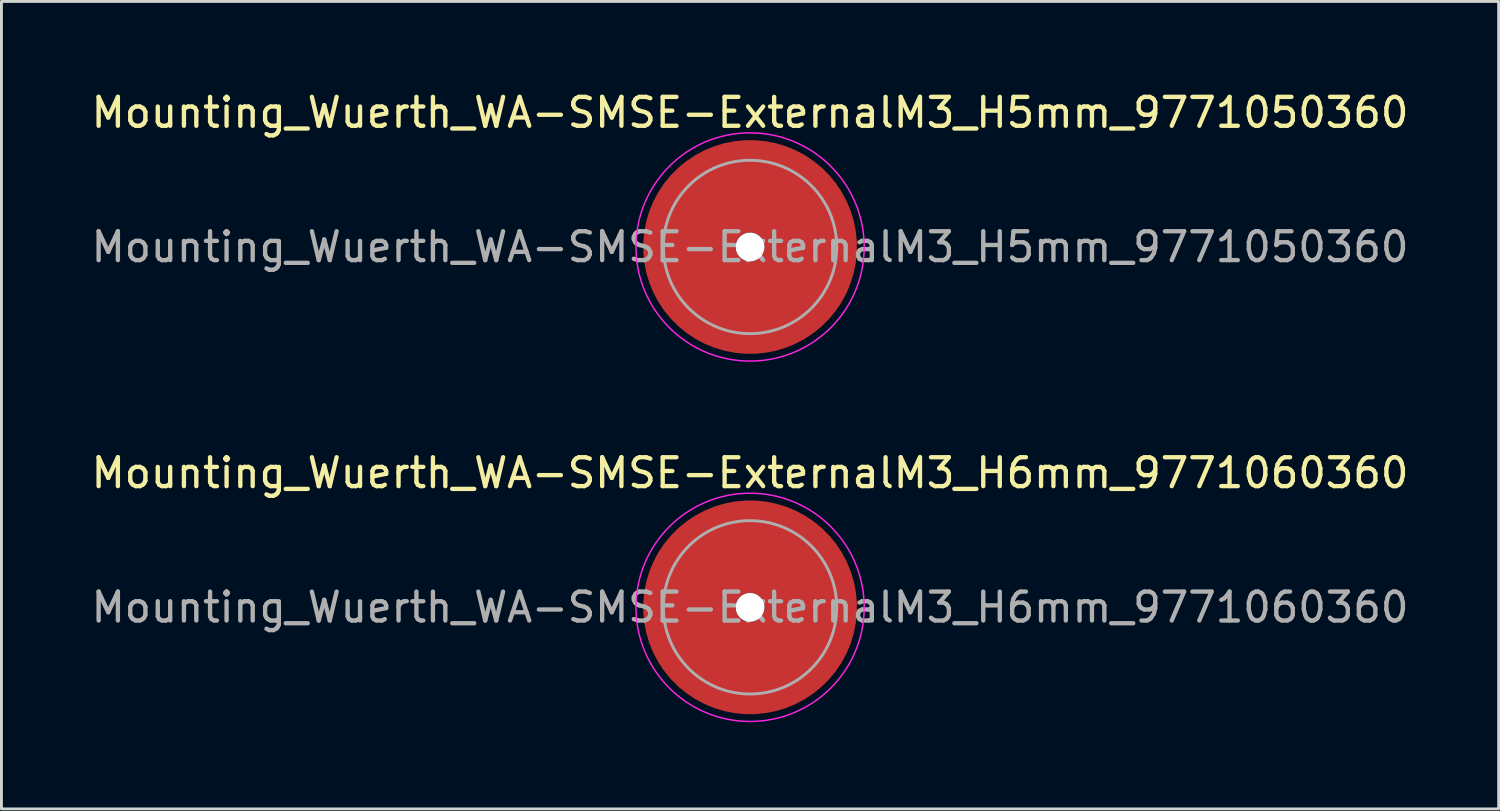
<source format=kicad_pcb>
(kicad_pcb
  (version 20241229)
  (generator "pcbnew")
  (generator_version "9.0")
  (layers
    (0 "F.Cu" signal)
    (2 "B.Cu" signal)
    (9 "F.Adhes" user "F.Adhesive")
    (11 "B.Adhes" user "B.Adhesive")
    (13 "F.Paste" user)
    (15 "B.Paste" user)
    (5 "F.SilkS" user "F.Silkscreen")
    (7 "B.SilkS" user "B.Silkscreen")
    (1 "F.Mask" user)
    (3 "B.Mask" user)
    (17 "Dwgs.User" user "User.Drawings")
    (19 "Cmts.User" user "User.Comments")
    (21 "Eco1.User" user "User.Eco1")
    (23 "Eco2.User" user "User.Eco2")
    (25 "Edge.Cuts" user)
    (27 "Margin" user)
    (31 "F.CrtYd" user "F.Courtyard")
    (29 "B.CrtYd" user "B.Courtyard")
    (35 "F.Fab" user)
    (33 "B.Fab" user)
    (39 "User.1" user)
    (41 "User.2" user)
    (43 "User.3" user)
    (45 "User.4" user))
  (footprint "Mounting_Wuerth_WA-SMSE-ExternalM3_H6mm_9771060360"
    (layer "F.Cu")
    (at 22.911 17.971)
    (property "Reference" "Mounting_Wuerth_WA-SMSE-ExternalM3_H6mm_9771060360" (at 0 -4.65 0) (layer "F.SilkS") (effects (font (size 1 1) (thickness 0.15))))
    (attr smd allow_soldermask_bridges)
    (fp_circle (center 0 0) (end 3.95 0) (stroke (width 0.05) (type solid)) (fill no) (layer "F.CrtYd"))
    (fp_circle (center 0 0) (end 3 0) (stroke (width 0.1) (type solid)) (fill no) (layer "F.Fab"))
    (fp_text user "${REFERENCE}" (at 0 0 0) (layer "F.Fab") (effects (font (size 1 1) (thickness 0.15))))
    (pad "" smd custom (at 0 -2.1) (size 1.5 1.5) (layers "F.Paste") (options (anchor circle)) (primitives (gr_arc (start -0.305123 1.47) (mid 0.371762 1.506879) (end 0.7 2.1) (width 0.2)) (gr_arc (start -0.493052 1.47) (mid 0.350399 1.380819) (end 0.8 2.1) (width 0.2)) (gr_arc (start -0.642729 1.47) (mid 0.340253 1.266797) (end 0.9 2.1) (width 0.2)) (gr_arc (start -0.776595 1.47) (mid 0.334219 1.157505) (end 1 2.1) (width 0.2)) (gr_arc (start -0.901721 1.47) (mid 0.330233 1.05074) (end 1.1 2.1) (width 0.2)) (gr_arc (start -1.021323 1.47) (mid 0.327424 0.945533) (end 1.2 2.1) (width 0.2)) (gr_arc (start -1.137146 1.47) (mid 0.325354 0.841372) (end 1.3 2.1) (width 0.2)) (gr_arc (start -1.25024 1.47) (mid 0.323778 0.737954) (end 1.4 2.1) (width 0.2)) (gr_arc (start -1.361286 1.47) (mid 0.322545 0.635089) (end 1.5 2.1) (width 0.2)) (gr_arc (start -1.470748 1.47) (mid 0.321561 0.532646) (end 1.6 2.1) (width 0.2)) (gr_arc (start -1.578955 1.47) (mid 0.320762 0.430535) (end 1.7 2.1) (width 0.2)) (gr_arc (start -1.686149 1.47) (mid 0.320102 0.328691) (end 1.8 2.1) (width 0.2)) (gr_arc (start -1.792512 1.47) (mid 0.319552 0.227065) (end 1.9 2.1) (width 0.2)) (gr_arc (start -1.898183 1.47) (mid 0.319087 0.125618) (end 2 2.1) (width 0.2)) (gr_arc (start -2.003272 1.47) (mid 0.318691 0.024323) (end 2.1 2.1) (width 0.2)) (gr_arc (start -2.107866 1.47) (mid 0.318351 -0.076845) (end 2.2 2.1) (width 0.2)) (gr_arc (start -2.212035 1.47) (mid 0.318056 -0.177903) (end 2.3 2.1) (width 0.2)) (gr_arc (start -2.315837 1.47) (mid 0.317798 -0.278866) (end 2.4 2.1) (width 0.2)) (gr_arc (start -2.419318 1.47) (mid 0.317573 -0.379747) (end 2.5 2.1) (width 0.2)) (gr_arc (start -2.522519 1.47) (mid 0.317373 -0.480557) (end 2.6 2.1) (width 0.2)) (gr_arc (start -2.625471 1.47) (mid 0.317197 -0.581303) (end 2.7 2.1) (width 0.2)) (gr_arc (start -2.728205 1.47) (mid 0.317039 -0.681993) (end 2.8 2.1) (width 0.2)) (gr_arc (start -2.830742 1.47) (mid 0.316898 -0.782633) (end 2.9 2.1) (width 0.2)) (gr_arc (start -2.933104 1.47) (mid 0.316771 -0.883229) (end 3 2.1) (width 0.2)) (gr_arc (start -3.035309 1.47) (mid 0.316656 -0.983785) (end 3.1 2.1) (width 0.2)) (gr_arc (start -3.137372 1.47) (mid 0.316553 -1.084304) (end 3.2 2.1) (width 0.2)) (gr_arc (start -3.239305 1.47) (mid 0.316458 -1.184791) (end 3.3 2.1) (width 0.2)) (gr_arc (start -3.341123 1.47) (mid 0.316373 -1.285249) (end 3.4 2.1) (width 0.2)) (gr_arc (start -3.442833 1.47) (mid 0.316294 -1.385679) (end 3.5 2.1) (width 0.2)) (gr_line (start 0.7 2.1) (end 3.5 2.1) (width 0.2)) (gr_line (start -0.305 1.47) (end -3.443 1.47) (width 0.2))))
    (pad "" np_thru_hole circle (at 0 0) (size 1 1) (drill 1) (layers "*.Cu" "*.Mask"))
    (pad "" smd custom (at 0 2.1) (size 1.5 1.5) (layers "F.Paste") (options (anchor circle)) (primitives (gr_arc (start 0.305123 -1.47) (mid -0.371762 -1.506879) (end -0.7 -2.1) (width 0.2)) (gr_arc (start 0.493052 -1.47) (mid -0.350399 -1.380819) (end -0.8 -2.1) (width 0.2)) (gr_arc (start 0.642729 -1.47) (mid -0.340253 -1.266797) (end -0.9 -2.1) (width 0.2)) (gr_arc (start 0.776595 -1.47) (mid -0.334219 -1.157505) (end -1 -2.1) (width 0.2)) (gr_arc (start 0.901721 -1.47) (mid -0.330233 -1.05074) (end -1.1 -2.1) (width 0.2)) (gr_arc (start 1.021323 -1.47) (mid -0.327424 -0.945533) (end -1.2 -2.1) (width 0.2)) (gr_arc (start 1.137146 -1.47) (mid -0.325354 -0.841372) (end -1.3 -2.1) (width 0.2)) (gr_arc (start 1.25024 -1.47) (mid -0.323778 -0.737954) (end -1.4 -2.1) (width 0.2)) (gr_arc (start 1.361286 -1.47) (mid -0.322545 -0.635089) (end -1.5 -2.1) (width 0.2)) (gr_arc (start 1.470748 -1.47) (mid -0.321561 -0.532646) (end -1.6 -2.1) (width 0.2)) (gr_arc (start 1.578955 -1.47) (mid -0.320762 -0.430535) (end -1.7 -2.1) (width 0.2)) (gr_arc (start 1.686149 -1.47) (mid -0.320102 -0.328691) (end -1.8 -2.1) (width 0.2)) (gr_arc (start 1.792512 -1.47) (mid -0.319552 -0.227065) (end -1.9 -2.1) (width 0.2)) (gr_arc (start 1.898183 -1.47) (mid -0.319087 -0.125618) (end -2 -2.1) (width 0.2)) (gr_arc (start 2.003272 -1.47) (mid -0.318691 -0.024323) (end -2.1 -2.1) (width 0.2)) (gr_arc (start 2.107866 -1.47) (mid -0.318351 0.076845) (end -2.2 -2.1) (width 0.2)) (gr_arc (start 2.212035 -1.47) (mid -0.318056 0.177903) (end -2.3 -2.1) (width 0.2)) (gr_arc (start 2.315837 -1.47) (mid -0.317798 0.278866) (end -2.4 -2.1) (width 0.2)) (gr_arc (start 2.419318 -1.47) (mid -0.317573 0.379747) (end -2.5 -2.1) (width 0.2)) (gr_arc (start 2.522519 -1.47) (mid -0.317373 0.480557) (end -2.6 -2.1) (width 0.2)) (gr_arc (start 2.625471 -1.47) (mid -0.317197 0.581303) (end -2.7 -2.1) (width 0.2)) (gr_arc (start 2.728205 -1.47) (mid -0.317039 0.681993) (end -2.8 -2.1) (width 0.2)) (gr_arc (start 2.830742 -1.47) (mid -0.316898 0.782633) (end -2.9 -2.1) (width 0.2)) (gr_arc (start 2.933104 -1.47) (mid -0.316771 0.883229) (end -3 -2.1) (width 0.2)) (gr_arc (start 3.035309 -1.47) (mid -0.316656 0.983785) (end -3.1 -2.1) (width 0.2)) (gr_arc (start 3.137372 -1.47) (mid -0.316553 1.084304) (end -3.2 -2.1) (width 0.2)) (gr_arc (start 3.239305 -1.47) (mid -0.316458 1.184791) (end -3.3 -2.1) (width 0.2)) (gr_arc (start 3.341123 -1.47) (mid -0.316373 1.285249) (end -3.4 -2.1) (width 0.2)) (gr_arc (start 3.442833 -1.47) (mid -0.316294 1.385679) (end -3.5 -2.1) (width 0.2)) (gr_line (start -0.7 -2.1) (end -3.5 -2.1) (width 0.2)) (gr_line (start 0.305 -1.47) (end 3.443 -1.47) (width 0.2))))
    (pad "1" smd circle (at -2.1 0) (size 2.692 2.692) (layers "F.Cu"))
    (pad "1" smd circle (at 0 -2.1) (size 2.692 2.692) (layers "F.Cu"))
    (pad "1" smd circle (at 0 2.1) (size 2.692 2.692) (layers "F.Cu"))
    (pad "1" smd custom (at 2.1 0) (size 3.2 3.2) (layers "F.Cu" "F.Mask") (options (anchor circle)) (primitives (gr_circle (center -2.1 0) (end 0 0) (width 3.2) (fill no)))))
  (footprint "Mounting_Wuerth_WA-SMSE-ExternalM3_H5mm_9771050360"
    (layer "F.Cu")
    (at 22.911 5.498)
    (property "Reference" "Mounting_Wuerth_WA-SMSE-ExternalM3_H5mm_9771050360" (at 0 -4.65 0) (layer "F.SilkS") (effects (font (size 1 1) (thickness 0.15))))
    (attr smd allow_soldermask_bridges)
    (fp_circle (center 0 0) (end 3.95 0) (stroke (width 0.05) (type solid)) (fill no) (layer "F.CrtYd"))
    (fp_circle (center 0 0) (end 3 0) (stroke (width 0.1) (type solid)) (fill no) (layer "F.Fab"))
    (fp_text user "${REFERENCE}" (at 0 0 0) (layer "F.Fab") (effects (font (size 1 1) (thickness 0.15))))
    (pad "" smd custom (at 0 -2.1) (size 1.5 1.5) (layers "F.Paste") (options (anchor circle)) (primitives (gr_arc (start -0.305123 1.47) (mid 0.371762 1.506879) (end 0.7 2.1) (width 0.2)) (gr_arc (start -0.493052 1.47) (mid 0.350399 1.380819) (end 0.8 2.1) (width 0.2)) (gr_arc (start -0.642729 1.47) (mid 0.340253 1.266797) (end 0.9 2.1) (width 0.2)) (gr_arc (start -0.776595 1.47) (mid 0.334219 1.157505) (end 1 2.1) (width 0.2)) (gr_arc (start -0.901721 1.47) (mid 0.330233 1.05074) (end 1.1 2.1) (width 0.2)) (gr_arc (start -1.021323 1.47) (mid 0.327424 0.945533) (end 1.2 2.1) (width 0.2)) (gr_arc (start -1.137146 1.47) (mid 0.325354 0.841372) (end 1.3 2.1) (width 0.2)) (gr_arc (start -1.25024 1.47) (mid 0.323778 0.737954) (end 1.4 2.1) (width 0.2)) (gr_arc (start -1.361286 1.47) (mid 0.322545 0.635089) (end 1.5 2.1) (width 0.2)) (gr_arc (start -1.470748 1.47) (mid 0.321561 0.532646) (end 1.6 2.1) (width 0.2)) (gr_arc (start -1.578955 1.47) (mid 0.320762 0.430535) (end 1.7 2.1) (width 0.2)) (gr_arc (start -1.686149 1.47) (mid 0.320102 0.328691) (end 1.8 2.1) (width 0.2)) (gr_arc (start -1.792512 1.47) (mid 0.319552 0.227065) (end 1.9 2.1) (width 0.2)) (gr_arc (start -1.898183 1.47) (mid 0.319087 0.125618) (end 2 2.1) (width 0.2)) (gr_arc (start -2.003272 1.47) (mid 0.318691 0.024323) (end 2.1 2.1) (width 0.2)) (gr_arc (start -2.107866 1.47) (mid 0.318351 -0.076845) (end 2.2 2.1) (width 0.2)) (gr_arc (start -2.212035 1.47) (mid 0.318056 -0.177903) (end 2.3 2.1) (width 0.2)) (gr_arc (start -2.315837 1.47) (mid 0.317798 -0.278866) (end 2.4 2.1) (width 0.2)) (gr_arc (start -2.419318 1.47) (mid 0.317573 -0.379747) (end 2.5 2.1) (width 0.2)) (gr_arc (start -2.522519 1.47) (mid 0.317373 -0.480557) (end 2.6 2.1) (width 0.2)) (gr_arc (start -2.625471 1.47) (mid 0.317197 -0.581303) (end 2.7 2.1) (width 0.2)) (gr_arc (start -2.728205 1.47) (mid 0.317039 -0.681993) (end 2.8 2.1) (width 0.2)) (gr_arc (start -2.830742 1.47) (mid 0.316898 -0.782633) (end 2.9 2.1) (width 0.2)) (gr_arc (start -2.933104 1.47) (mid 0.316771 -0.883229) (end 3 2.1) (width 0.2)) (gr_arc (start -3.035309 1.47) (mid 0.316656 -0.983785) (end 3.1 2.1) (width 0.2)) (gr_arc (start -3.137372 1.47) (mid 0.316553 -1.084304) (end 3.2 2.1) (width 0.2)) (gr_arc (start -3.239305 1.47) (mid 0.316458 -1.184791) (end 3.3 2.1) (width 0.2)) (gr_arc (start -3.341123 1.47) (mid 0.316373 -1.285249) (end 3.4 2.1) (width 0.2)) (gr_arc (start -3.442833 1.47) (mid 0.316294 -1.385679) (end 3.5 2.1) (width 0.2)) (gr_line (start 0.7 2.1) (end 3.5 2.1) (width 0.2)) (gr_line (start -0.305 1.47) (end -3.443 1.47) (width 0.2))))
    (pad "" np_thru_hole circle (at 0 0) (size 1 1) (drill 1) (layers "*.Cu" "*.Mask"))
    (pad "" smd custom (at 0 2.1) (size 1.5 1.5) (layers "F.Paste") (options (anchor circle)) (primitives (gr_arc (start 0.305123 -1.47) (mid -0.371762 -1.506879) (end -0.7 -2.1) (width 0.2)) (gr_arc (start 0.493052 -1.47) (mid -0.350399 -1.380819) (end -0.8 -2.1) (width 0.2)) (gr_arc (start 0.642729 -1.47) (mid -0.340253 -1.266797) (end -0.9 -2.1) (width 0.2)) (gr_arc (start 0.776595 -1.47) (mid -0.334219 -1.157505) (end -1 -2.1) (width 0.2)) (gr_arc (start 0.901721 -1.47) (mid -0.330233 -1.05074) (end -1.1 -2.1) (width 0.2)) (gr_arc (start 1.021323 -1.47) (mid -0.327424 -0.945533) (end -1.2 -2.1) (width 0.2)) (gr_arc (start 1.137146 -1.47) (mid -0.325354 -0.841372) (end -1.3 -2.1) (width 0.2)) (gr_arc (start 1.25024 -1.47) (mid -0.323778 -0.737954) (end -1.4 -2.1) (width 0.2)) (gr_arc (start 1.361286 -1.47) (mid -0.322545 -0.635089) (end -1.5 -2.1) (width 0.2)) (gr_arc (start 1.470748 -1.47) (mid -0.321561 -0.532646) (end -1.6 -2.1) (width 0.2)) (gr_arc (start 1.578955 -1.47) (mid -0.320762 -0.430535) (end -1.7 -2.1) (width 0.2)) (gr_arc (start 1.686149 -1.47) (mid -0.320102 -0.328691) (end -1.8 -2.1) (width 0.2)) (gr_arc (start 1.792512 -1.47) (mid -0.319552 -0.227065) (end -1.9 -2.1) (width 0.2)) (gr_arc (start 1.898183 -1.47) (mid -0.319087 -0.125618) (end -2 -2.1) (width 0.2)) (gr_arc (start 2.003272 -1.47) (mid -0.318691 -0.024323) (end -2.1 -2.1) (width 0.2)) (gr_arc (start 2.107866 -1.47) (mid -0.318351 0.076845) (end -2.2 -2.1) (width 0.2)) (gr_arc (start 2.212035 -1.47) (mid -0.318056 0.177903) (end -2.3 -2.1) (width 0.2)) (gr_arc (start 2.315837 -1.47) (mid -0.317798 0.278866) (end -2.4 -2.1) (width 0.2)) (gr_arc (start 2.419318 -1.47) (mid -0.317573 0.379747) (end -2.5 -2.1) (width 0.2)) (gr_arc (start 2.522519 -1.47) (mid -0.317373 0.480557) (end -2.6 -2.1) (width 0.2)) (gr_arc (start 2.625471 -1.47) (mid -0.317197 0.581303) (end -2.7 -2.1) (width 0.2)) (gr_arc (start 2.728205 -1.47) (mid -0.317039 0.681993) (end -2.8 -2.1) (width 0.2)) (gr_arc (start 2.830742 -1.47) (mid -0.316898 0.782633) (end -2.9 -2.1) (width 0.2)) (gr_arc (start 2.933104 -1.47) (mid -0.316771 0.883229) (end -3 -2.1) (width 0.2)) (gr_arc (start 3.035309 -1.47) (mid -0.316656 0.983785) (end -3.1 -2.1) (width 0.2)) (gr_arc (start 3.137372 -1.47) (mid -0.316553 1.084304) (end -3.2 -2.1) (width 0.2)) (gr_arc (start 3.239305 -1.47) (mid -0.316458 1.184791) (end -3.3 -2.1) (width 0.2)) (gr_arc (start 3.341123 -1.47) (mid -0.316373 1.285249) (end -3.4 -2.1) (width 0.2)) (gr_arc (start 3.442833 -1.47) (mid -0.316294 1.385679) (end -3.5 -2.1) (width 0.2)) (gr_line (start -0.7 -2.1) (end -3.5 -2.1) (width 0.2)) (gr_line (start 0.305 -1.47) (end 3.443 -1.47) (width 0.2))))
    (pad "1" smd circle (at -2.1 0) (size 2.692 2.692) (layers "F.Cu"))
    (pad "1" smd circle (at 0 -2.1) (size 2.692 2.692) (layers "F.Cu"))
    (pad "1" smd circle (at 0 2.1) (size 2.692 2.692) (layers "F.Cu"))
    (pad "1" smd custom (at 2.1 0) (size 3.2 3.2) (layers "F.Cu" "F.Mask") (options (anchor circle)) (primitives (gr_circle (center -2.1 0) (end 0 0) (width 3.2) (fill no)))))
  (gr_rect
    (start -3 -3)
    (end 48.821 24.947)
    (stroke (width 0.1) (type default))
    (fill no)
    (layer "Edge.Cuts")))
</source>
